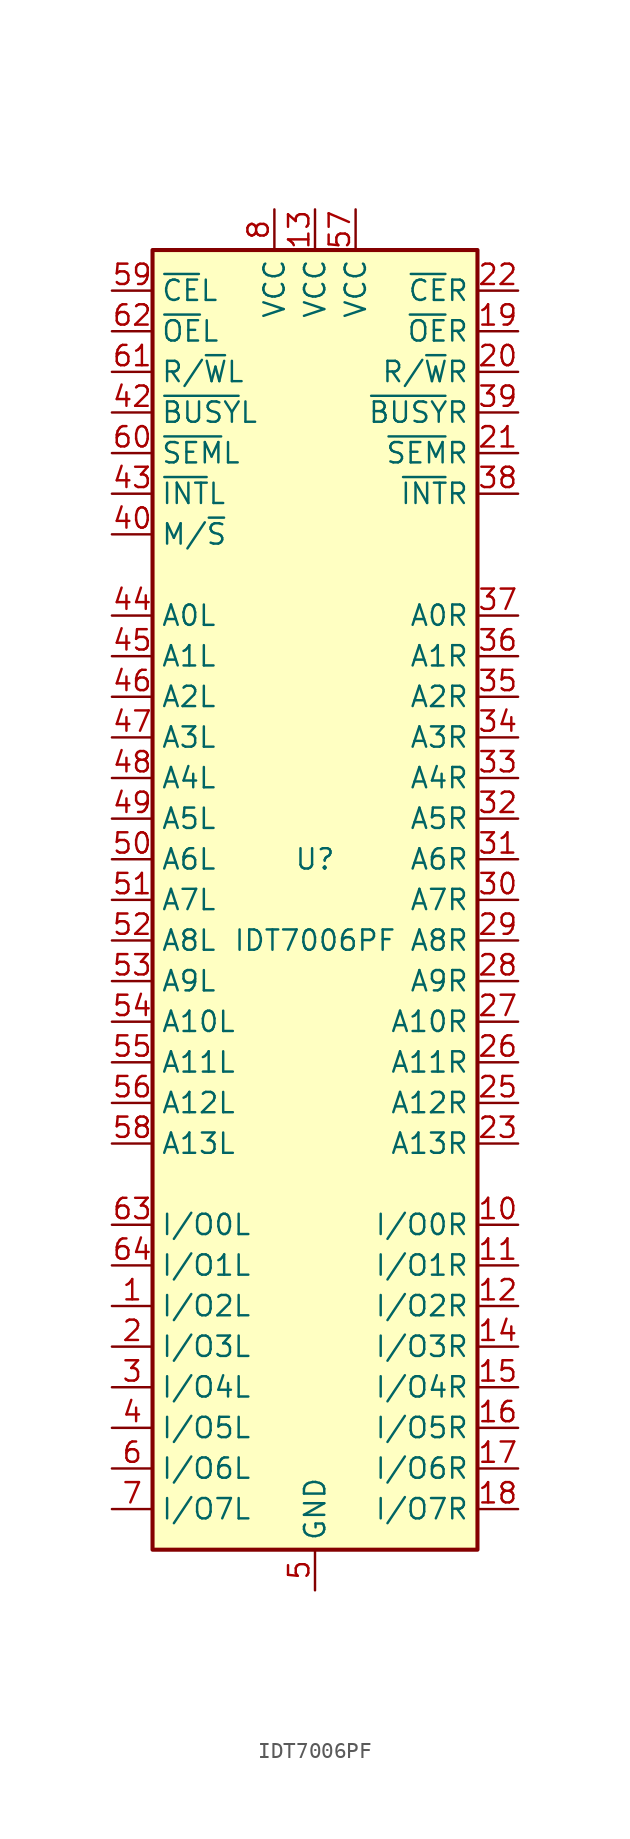
<source format=kicad_sym>
(kicad_symbol_lib
  (version 20211014)
  (generator kicad_symbol_editor)
  (symbol "IDT7006PF"
    (property "Reference" "U"
      (at 0 2.54 0)
      (effects (font (size 1.27 1.27))))
    (property "Value" "IDT7006PF"
      (at 0 -2.54 0)
      (effects (font (size 1.27 1.27))))
    (symbol "IDT7006PF_0_1"
      (rectangle (start -10.16 -40.64) (end 10.16 40.64) (stroke (width 0.254) (type default) (color 0 0 0 0)) (fill (type background))))
    (symbol "IDT7006PF_1_1"
      (pin bidirectional line (at -12.7 -25.4 0) (length 2.54) (name "I/O2L" (effects (font (size 1.27 1.27)))) (number "1" (effects (font (size 1.27 1.27)))))
      (pin bidirectional line (at 12.7 -20.32 180) (length 2.54) (name "I/O0R" (effects (font (size 1.27 1.27)))) (number "10" (effects (font (size 1.27 1.27)))))
      (pin bidirectional line (at 12.7 -22.86 180) (length 2.54) (name "I/O1R" (effects (font (size 1.27 1.27)))) (number "11" (effects (font (size 1.27 1.27)))))
      (pin bidirectional line (at 12.7 -25.4 180) (length 2.54) (name "I/O2R" (effects (font (size 1.27 1.27)))) (number "12" (effects (font (size 1.27 1.27)))))
      (pin power_in line (at 0 43.18 270) (length 2.54) (name "VCC" (effects (font (size 1.27 1.27)))) (number "13" (effects (font (size 1.27 1.27)))))
      (pin bidirectional line (at 12.7 -27.94 180) (length 2.54) (name "I/O3R" (effects (font (size 1.27 1.27)))) (number "14" (effects (font (size 1.27 1.27)))))
      (pin bidirectional line (at 12.7 -30.48 180) (length 2.54) (name "I/O4R" (effects (font (size 1.27 1.27)))) (number "15" (effects (font (size 1.27 1.27)))))
      (pin bidirectional line (at 12.7 -33.02 180) (length 2.54) (name "I/O5R" (effects (font (size 1.27 1.27)))) (number "16" (effects (font (size 1.27 1.27)))))
      (pin bidirectional line (at 12.7 -35.56 180) (length 2.54) (name "I/O6R" (effects (font (size 1.27 1.27)))) (number "17" (effects (font (size 1.27 1.27)))))
      (pin bidirectional line (at 12.7 -38.1 180) (length 2.54) (name "I/O7R" (effects (font (size 1.27 1.27)))) (number "18" (effects (font (size 1.27 1.27)))))
      (pin input line (at 12.7 35.56 180) (length 2.54) (name "~{OE}R" (effects (font (size 1.27 1.27)))) (number "19" (effects (font (size 1.27 1.27)))))
      (pin bidirectional line (at -12.7 -27.94 0) (length 2.54) (name "I/O3L" (effects (font (size 1.27 1.27)))) (number "2" (effects (font (size 1.27 1.27)))))
      (pin input line (at 12.7 33.02 180) (length 2.54) (name "R/~{W}R" (effects (font (size 1.27 1.27)))) (number "20" (effects (font (size 1.27 1.27)))))
      (pin input line (at 12.7 27.94 180) (length 2.54) (name "~{SEM}R" (effects (font (size 1.27 1.27)))) (number "21" (effects (font (size 1.27 1.27)))))
      (pin input line (at 12.7 38.1 180) (length 2.54) (name "~{CE}R" (effects (font (size 1.27 1.27)))) (number "22" (effects (font (size 1.27 1.27)))))
      (pin input line (at 12.7 -15.24 180) (length 2.54) (name "A13R" (effects (font (size 1.27 1.27)))) (number "23" (effects (font (size 1.27 1.27)))))
      (pin passive line (at 0 -43.18 90) (length 2.54) hide (name "GND" (effects (font (size 1.27 1.27)))) (number "24" (effects (font (size 1.27 1.27)))))
      (pin input line (at 12.7 -12.7 180) (length 2.54) (name "A12R" (effects (font (size 1.27 1.27)))) (number "25" (effects (font (size 1.27 1.27)))))
      (pin input line (at 12.7 -10.16 180) (length 2.54) (name "A11R" (effects (font (size 1.27 1.27)))) (number "26" (effects (font (size 1.27 1.27)))))
      (pin input line (at 12.7 -7.62 180) (length 2.54) (name "A10R" (effects (font (size 1.27 1.27)))) (number "27" (effects (font (size 1.27 1.27)))))
      (pin input line (at 12.7 -5.08 180) (length 2.54) (name "A9R" (effects (font (size 1.27 1.27)))) (number "28" (effects (font (size 1.27 1.27)))))
      (pin input line (at 12.7 -2.54 180) (length 2.54) (name "A8R" (effects (font (size 1.27 1.27)))) (number "29" (effects (font (size 1.27 1.27)))))
      (pin bidirectional line (at -12.7 -30.48 0) (length 2.54) (name "I/O4L" (effects (font (size 1.27 1.27)))) (number "3" (effects (font (size 1.27 1.27)))))
      (pin input line (at 12.7 0 180) (length 2.54) (name "A7R" (effects (font (size 1.27 1.27)))) (number "30" (effects (font (size 1.27 1.27)))))
      (pin input line (at 12.7 2.54 180) (length 2.54) (name "A6R" (effects (font (size 1.27 1.27)))) (number "31" (effects (font (size 1.27 1.27)))))
      (pin input line (at 12.7 5.08 180) (length 2.54) (name "A5R" (effects (font (size 1.27 1.27)))) (number "32" (effects (font (size 1.27 1.27)))))
      (pin input line (at 12.7 7.62 180) (length 2.54) (name "A4R" (effects (font (size 1.27 1.27)))) (number "33" (effects (font (size 1.27 1.27)))))
      (pin input line (at 12.7 10.16 180) (length 2.54) (name "A3R" (effects (font (size 1.27 1.27)))) (number "34" (effects (font (size 1.27 1.27)))))
      (pin input line (at 12.7 12.7 180) (length 2.54) (name "A2R" (effects (font (size 1.27 1.27)))) (number "35" (effects (font (size 1.27 1.27)))))
      (pin input line (at 12.7 15.24 180) (length 2.54) (name "A1R" (effects (font (size 1.27 1.27)))) (number "36" (effects (font (size 1.27 1.27)))))
      (pin input line (at 12.7 17.78 180) (length 2.54) (name "A0R" (effects (font (size 1.27 1.27)))) (number "37" (effects (font (size 1.27 1.27)))))
      (pin output line (at 12.7 25.4 180) (length 2.54) (name "~{INT}R" (effects (font (size 1.27 1.27)))) (number "38" (effects (font (size 1.27 1.27)))))
      (pin output line (at 12.7 30.48 180) (length 2.54) (name "~{BUSY}R" (effects (font (size 1.27 1.27)))) (number "39" (effects (font (size 1.27 1.27)))))
      (pin bidirectional line (at -12.7 -33.02 0) (length 2.54) (name "I/O5L" (effects (font (size 1.27 1.27)))) (number "4" (effects (font (size 1.27 1.27)))))
      (pin input line (at -12.7 22.86 0) (length 2.54) (name "M/~{S}" (effects (font (size 1.27 1.27)))) (number "40" (effects (font (size 1.27 1.27)))))
      (pin passive line (at 0 -43.18 90) (length 2.54) hide (name "GND" (effects (font (size 1.27 1.27)))) (number "41" (effects (font (size 1.27 1.27)))))
      (pin output line (at -12.7 30.48 0) (length 2.54) (name "~{BUSY}L" (effects (font (size 1.27 1.27)))) (number "42" (effects (font (size 1.27 1.27)))))
      (pin output line (at -12.7 25.4 0) (length 2.54) (name "~{INT}L" (effects (font (size 1.27 1.27)))) (number "43" (effects (font (size 1.27 1.27)))))
      (pin input line (at -12.7 17.78 0) (length 2.54) (name "A0L" (effects (font (size 1.27 1.27)))) (number "44" (effects (font (size 1.27 1.27)))))
      (pin input line (at -12.7 15.24 0) (length 2.54) (name "A1L" (effects (font (size 1.27 1.27)))) (number "45" (effects (font (size 1.27 1.27)))))
      (pin input line (at -12.7 12.7 0) (length 2.54) (name "A2L" (effects (font (size 1.27 1.27)))) (number "46" (effects (font (size 1.27 1.27)))))
      (pin input line (at -12.7 10.16 0) (length 2.54) (name "A3L" (effects (font (size 1.27 1.27)))) (number "47" (effects (font (size 1.27 1.27)))))
      (pin input line (at -12.7 7.62 0) (length 2.54) (name "A4L" (effects (font (size 1.27 1.27)))) (number "48" (effects (font (size 1.27 1.27)))))
      (pin input line (at -12.7 5.08 0) (length 2.54) (name "A5L" (effects (font (size 1.27 1.27)))) (number "49" (effects (font (size 1.27 1.27)))))
      (pin power_in line (at 0 -43.18 90) (length 2.54) (name "GND" (effects (font (size 1.27 1.27)))) (number "5" (effects (font (size 1.27 1.27)))))
      (pin input line (at -12.7 2.54 0) (length 2.54) (name "A6L" (effects (font (size 1.27 1.27)))) (number "50" (effects (font (size 1.27 1.27)))))
      (pin input line (at -12.7 0 0) (length 2.54) (name "A7L" (effects (font (size 1.27 1.27)))) (number "51" (effects (font (size 1.27 1.27)))))
      (pin input line (at -12.7 -2.54 0) (length 2.54) (name "A8L" (effects (font (size 1.27 1.27)))) (number "52" (effects (font (size 1.27 1.27)))))
      (pin input line (at -12.7 -5.08 0) (length 2.54) (name "A9L" (effects (font (size 1.27 1.27)))) (number "53" (effects (font (size 1.27 1.27)))))
      (pin input line (at -12.7 -7.62 0) (length 2.54) (name "A10L" (effects (font (size 1.27 1.27)))) (number "54" (effects (font (size 1.27 1.27)))))
      (pin input line (at -12.7 -10.16 0) (length 2.54) (name "A11L" (effects (font (size 1.27 1.27)))) (number "55" (effects (font (size 1.27 1.27)))))
      (pin input line (at -12.7 -12.7 0) (length 2.54) (name "A12L" (effects (font (size 1.27 1.27)))) (number "56" (effects (font (size 1.27 1.27)))))
      (pin power_in line (at 2.54 43.18 270) (length 2.54) (name "VCC" (effects (font (size 1.27 1.27)))) (number "57" (effects (font (size 1.27 1.27)))))
      (pin input line (at -12.7 -15.24 0) (length 2.54) (name "A13L" (effects (font (size 1.27 1.27)))) (number "58" (effects (font (size 1.27 1.27)))))
      (pin input line (at -12.7 38.1 0) (length 2.54) (name "~{CE}L" (effects (font (size 1.27 1.27)))) (number "59" (effects (font (size 1.27 1.27)))))
      (pin bidirectional line (at -12.7 -35.56 0) (length 2.54) (name "I/O6L" (effects (font (size 1.27 1.27)))) (number "6" (effects (font (size 1.27 1.27)))))
      (pin input line (at -12.7 27.94 0) (length 2.54) (name "~{SEM}L" (effects (font (size 1.27 1.27)))) (number "60" (effects (font (size 1.27 1.27)))))
      (pin input line (at -12.7 33.02 0) (length 2.54) (name "R/~{W}L" (effects (font (size 1.27 1.27)))) (number "61" (effects (font (size 1.27 1.27)))))
      (pin input line (at -12.7 35.56 0) (length 2.54) (name "~{OE}L" (effects (font (size 1.27 1.27)))) (number "62" (effects (font (size 1.27 1.27)))))
      (pin bidirectional line (at -12.7 -20.32 0) (length 2.54) (name "I/O0L" (effects (font (size 1.27 1.27)))) (number "63" (effects (font (size 1.27 1.27)))))
      (pin bidirectional line (at -12.7 -22.86 0) (length 2.54) (name "I/O1L" (effects (font (size 1.27 1.27)))) (number "64" (effects (font (size 1.27 1.27)))))
      (pin bidirectional line (at -12.7 -38.1 0) (length 2.54) (name "I/O7L" (effects (font (size 1.27 1.27)))) (number "7" (effects (font (size 1.27 1.27)))))
      (pin power_in line (at -2.54 43.18 270) (length 2.54) (name "VCC" (effects (font (size 1.27 1.27)))) (number "8" (effects (font (size 1.27 1.27)))))
      (pin passive line (at 0 -43.18 90) (length 2.54) hide (name "GND" (effects (font (size 1.27 1.27)))) (number "9" (effects (font (size 1.27 1.27))))))))
</source>
